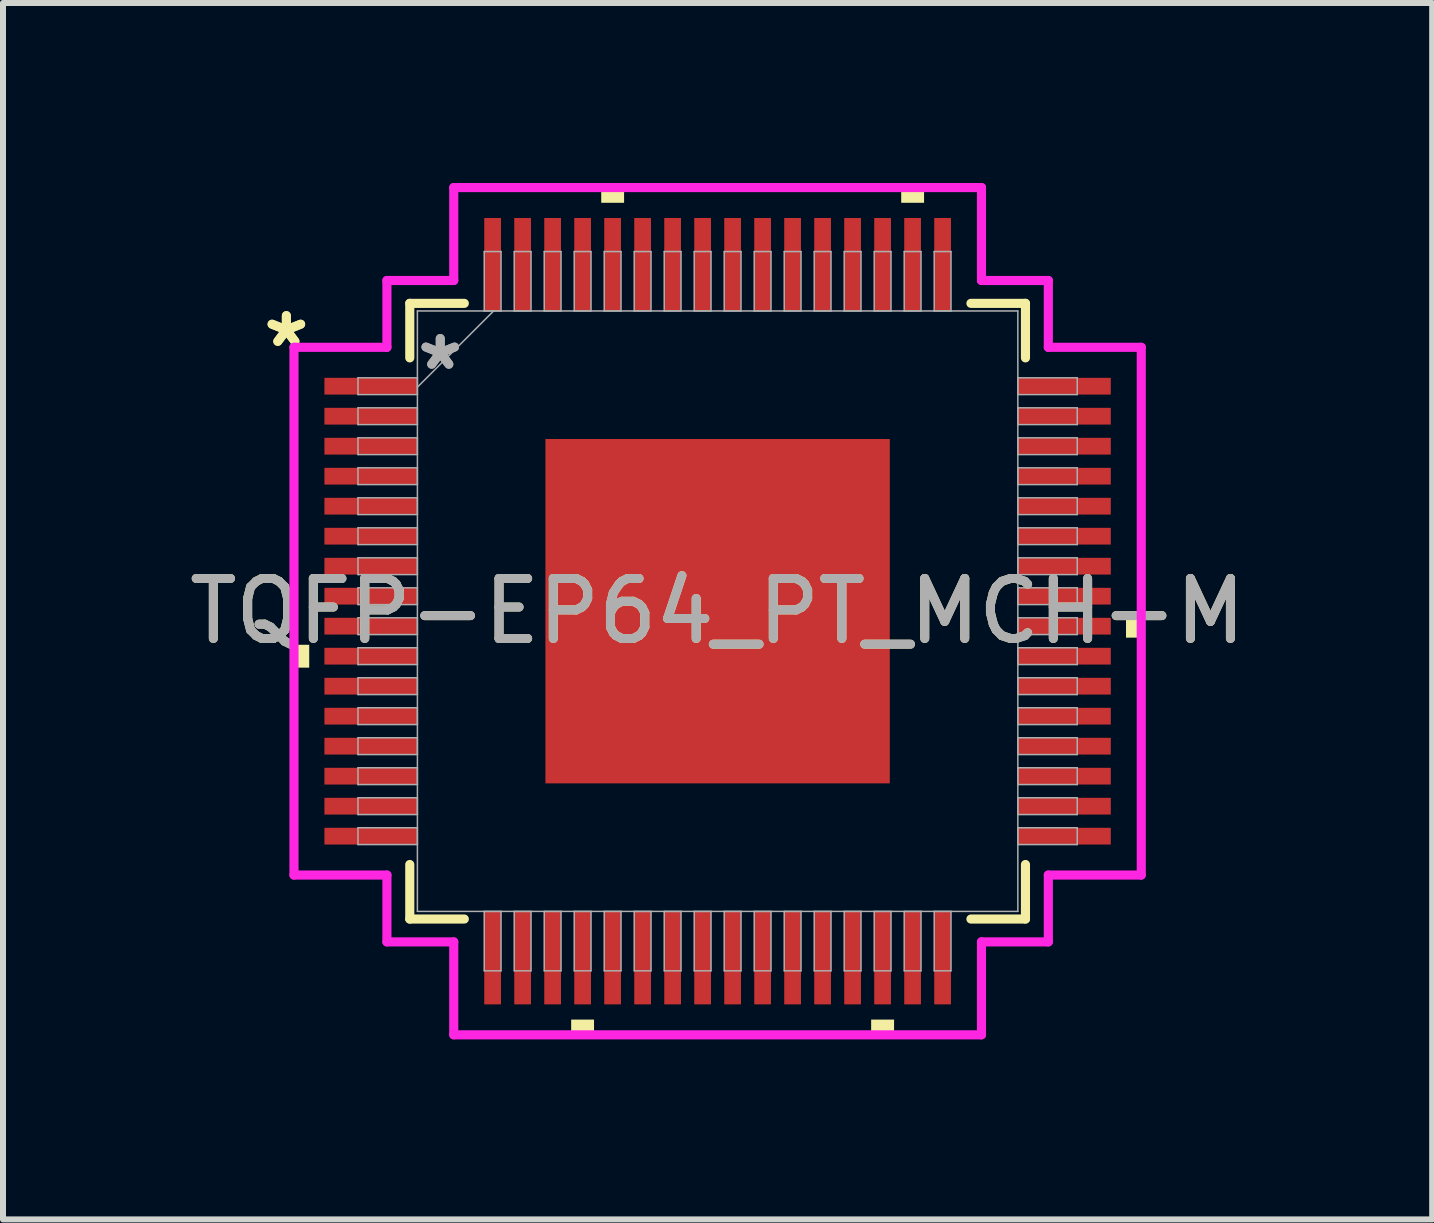
<source format=kicad_pcb>
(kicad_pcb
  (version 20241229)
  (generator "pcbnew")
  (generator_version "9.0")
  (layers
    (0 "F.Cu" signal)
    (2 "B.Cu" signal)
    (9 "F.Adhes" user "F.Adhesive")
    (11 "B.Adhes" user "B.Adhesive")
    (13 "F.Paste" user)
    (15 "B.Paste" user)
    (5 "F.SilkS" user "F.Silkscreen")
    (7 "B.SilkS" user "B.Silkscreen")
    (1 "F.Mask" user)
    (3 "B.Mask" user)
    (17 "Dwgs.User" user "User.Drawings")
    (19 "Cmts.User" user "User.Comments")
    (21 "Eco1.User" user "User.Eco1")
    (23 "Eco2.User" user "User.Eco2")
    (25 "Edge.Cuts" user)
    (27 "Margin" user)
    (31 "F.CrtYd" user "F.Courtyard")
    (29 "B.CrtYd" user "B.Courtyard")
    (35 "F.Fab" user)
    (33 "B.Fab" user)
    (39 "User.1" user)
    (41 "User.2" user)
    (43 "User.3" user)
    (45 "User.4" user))
  (footprint "TQFP-EP64_PT_MCH-M"
    (layer "F.Cu")
    (at 8.911 7.137)
    (property "Reference" "TQFP-EP64_PT_MCH-M" (at 0 0 0) (unlocked yes) (layer "F.SilkS") (effects (font (size 1 1) (thickness 0.15))))
    (attr smd)
    (fp_line (start -5.131 -5.131) (end -5.131 -4.222) (stroke (width 0.152) (type solid)) (layer "F.SilkS"))
    (fp_line (start -5.131 4.222) (end -5.131 5.131) (stroke (width 0.152) (type solid)) (layer "F.SilkS"))
    (fp_line (start -5.131 5.131) (end -4.222 5.131) (stroke (width 0.152) (type solid)) (layer "F.SilkS"))
    (fp_line (start -4.222 -5.131) (end -5.131 -5.131) (stroke (width 0.152) (type solid)) (layer "F.SilkS"))
    (fp_line (start 4.222 5.131) (end 5.131 5.131) (stroke (width 0.152) (type solid)) (layer "F.SilkS"))
    (fp_line (start 5.131 -5.131) (end 4.222 -5.131) (stroke (width 0.152) (type solid)) (layer "F.SilkS"))
    (fp_line (start 5.131 -4.222) (end 5.131 -5.131) (stroke (width 0.152) (type solid)) (layer "F.SilkS"))
    (fp_line (start 5.131 5.131) (end 5.131 4.222) (stroke (width 0.152) (type solid)) (layer "F.SilkS"))
    (fp_poly (pts (xy -7.061 0.56) (xy -7.061 0.941) (xy -6.807 0.941) (xy -6.807 0.56)) (stroke (width 0) (type solid)) (fill yes) (layer "F.SilkS"))
    (fp_poly (pts (xy -2.441 6.807) (xy -2.441 7.061) (xy -2.06 7.061) (xy -2.06 6.807)) (stroke (width 0) (type solid)) (fill yes) (layer "F.SilkS"))
    (fp_poly (pts (xy -1.94 -6.807) (xy -1.94 -7.061) (xy -1.559 -7.061) (xy -1.559 -6.807)) (stroke (width 0) (type solid)) (fill yes) (layer "F.SilkS"))
    (fp_poly (pts (xy 2.559 6.807) (xy 2.559 7.061) (xy 2.941 7.061) (xy 2.941 6.807)) (stroke (width 0) (type solid)) (fill yes) (layer "F.SilkS"))
    (fp_poly (pts (xy 3.06 -6.807) (xy 3.06 -7.061) (xy 3.441 -7.061) (xy 3.441 -6.807)) (stroke (width 0) (type solid)) (fill yes) (layer "F.SilkS"))
    (fp_poly (pts (xy 7.061 0.059) (xy 7.061 0.441) (xy 6.807 0.441) (xy 6.807 0.059)) (stroke (width 0) (type solid)) (fill yes) (layer "F.SilkS"))
    (fp_poly (pts (xy -2.77 -2.77) (xy -2.77 -1.535) (xy -1.535 -1.535) (xy -1.535 -2.77)) (stroke (width 0) (type solid)) (fill yes) (layer "F.Paste"))
    (fp_poly (pts (xy -2.77 -1.335) (xy -2.77 -0.1) (xy -1.535 -0.1) (xy -1.535 -1.335)) (stroke (width 0) (type solid)) (fill yes) (layer "F.Paste"))
    (fp_poly (pts (xy -2.77 0.1) (xy -2.77 1.335) (xy -1.535 1.335) (xy -1.535 0.1)) (stroke (width 0) (type solid)) (fill yes) (layer "F.Paste"))
    (fp_poly (pts (xy -2.77 1.535) (xy -2.77 2.77) (xy -1.535 2.77) (xy -1.535 1.535)) (stroke (width 0) (type solid)) (fill yes) (layer "F.Paste"))
    (fp_poly (pts (xy -1.335 -2.77) (xy -1.335 -1.535) (xy -0.1 -1.535) (xy -0.1 -2.77)) (stroke (width 0) (type solid)) (fill yes) (layer "F.Paste"))
    (fp_poly (pts (xy -1.335 -1.335) (xy -1.335 -0.1) (xy -0.1 -0.1) (xy -0.1 -1.335)) (stroke (width 0) (type solid)) (fill yes) (layer "F.Paste"))
    (fp_poly (pts (xy -1.335 0.1) (xy -1.335 1.335) (xy -0.1 1.335) (xy -0.1 0.1)) (stroke (width 0) (type solid)) (fill yes) (layer "F.Paste"))
    (fp_poly (pts (xy -1.335 1.535) (xy -1.335 2.77) (xy -0.1 2.77) (xy -0.1 1.535)) (stroke (width 0) (type solid)) (fill yes) (layer "F.Paste"))
    (fp_poly (pts (xy 0.1 -2.77) (xy 0.1 -1.535) (xy 1.335 -1.535) (xy 1.335 -2.77)) (stroke (width 0) (type solid)) (fill yes) (layer "F.Paste"))
    (fp_poly (pts (xy 0.1 -1.335) (xy 0.1 -0.1) (xy 1.335 -0.1) (xy 1.335 -1.335)) (stroke (width 0) (type solid)) (fill yes) (layer "F.Paste"))
    (fp_poly (pts (xy 0.1 0.1) (xy 0.1 1.335) (xy 1.335 1.335) (xy 1.335 0.1)) (stroke (width 0) (type solid)) (fill yes) (layer "F.Paste"))
    (fp_poly (pts (xy 0.1 1.535) (xy 0.1 2.77) (xy 1.335 2.77) (xy 1.335 1.535)) (stroke (width 0) (type solid)) (fill yes) (layer "F.Paste"))
    (fp_poly (pts (xy 1.535 -2.77) (xy 1.535 -1.535) (xy 2.77 -1.535) (xy 2.77 -2.77)) (stroke (width 0) (type solid)) (fill yes) (layer "F.Paste"))
    (fp_poly (pts (xy 1.535 -1.335) (xy 1.535 -0.1) (xy 2.77 -0.1) (xy 2.77 -1.335)) (stroke (width 0) (type solid)) (fill yes) (layer "F.Paste"))
    (fp_poly (pts (xy 1.535 0.1) (xy 1.535 1.335) (xy 2.77 1.335) (xy 2.77 0.1)) (stroke (width 0) (type solid)) (fill yes) (layer "F.Paste"))
    (fp_poly (pts (xy 1.535 1.535) (xy 1.535 2.77) (xy 2.77 2.77) (xy 2.77 1.535)) (stroke (width 0) (type solid)) (fill yes) (layer "F.Paste"))
    (fp_line (start -7.061 -4.398) (end -5.512 -4.398) (stroke (width 0.152) (type solid)) (layer "F.CrtYd"))
    (fp_line (start -7.061 4.398) (end -7.061 -4.398) (stroke (width 0.152) (type solid)) (layer "F.CrtYd"))
    (fp_line (start -5.512 -5.512) (end -4.398 -5.512) (stroke (width 0.152) (type solid)) (layer "F.CrtYd"))
    (fp_line (start -5.512 -4.398) (end -5.512 -5.512) (stroke (width 0.152) (type solid)) (layer "F.CrtYd"))
    (fp_line (start -5.512 4.398) (end -7.061 4.398) (stroke (width 0.152) (type solid)) (layer "F.CrtYd"))
    (fp_line (start -5.512 5.512) (end -5.512 4.398) (stroke (width 0.152) (type solid)) (layer "F.CrtYd"))
    (fp_line (start -5.512 5.512) (end -4.398 5.512) (stroke (width 0.152) (type solid)) (layer "F.CrtYd"))
    (fp_line (start -4.398 -7.061) (end 4.398 -7.061) (stroke (width 0.152) (type solid)) (layer "F.CrtYd"))
    (fp_line (start -4.398 -5.512) (end -4.398 -7.061) (stroke (width 0.152) (type solid)) (layer "F.CrtYd"))
    (fp_line (start -4.398 5.512) (end -4.398 7.061) (stroke (width 0.152) (type solid)) (layer "F.CrtYd"))
    (fp_line (start -4.398 7.061) (end 4.398 7.061) (stroke (width 0.152) (type solid)) (layer "F.CrtYd"))
    (fp_line (start 4.398 -7.061) (end 4.398 -5.512) (stroke (width 0.152) (type solid)) (layer "F.CrtYd"))
    (fp_line (start 4.398 -5.512) (end 5.512 -5.512) (stroke (width 0.152) (type solid)) (layer "F.CrtYd"))
    (fp_line (start 4.398 5.512) (end 5.512 5.512) (stroke (width 0.152) (type solid)) (layer "F.CrtYd"))
    (fp_line (start 4.398 7.061) (end 4.398 5.512) (stroke (width 0.152) (type solid)) (layer "F.CrtYd"))
    (fp_line (start 5.512 -4.398) (end 5.512 -5.512) (stroke (width 0.152) (type solid)) (layer "F.CrtYd"))
    (fp_line (start 5.512 4.398) (end 7.061 4.398) (stroke (width 0.152) (type solid)) (layer "F.CrtYd"))
    (fp_line (start 5.512 5.512) (end 5.512 4.398) (stroke (width 0.152) (type solid)) (layer "F.CrtYd"))
    (fp_line (start 7.061 -4.398) (end 5.512 -4.398) (stroke (width 0.152) (type solid)) (layer "F.CrtYd"))
    (fp_line (start 7.061 4.398) (end 7.061 -4.398) (stroke (width 0.152) (type solid)) (layer "F.CrtYd"))
    (fp_line (start -5.994 -3.89) (end -5.994 -3.61) (stroke (width 0.025) (type solid)) (layer "F.Fab"))
    (fp_line (start -5.994 -3.61) (end -5.004 -3.61) (stroke (width 0.025) (type solid)) (layer "F.Fab"))
    (fp_line (start -5.994 -3.39) (end -5.994 -3.11) (stroke (width 0.025) (type solid)) (layer "F.Fab"))
    (fp_line (start -5.994 -3.11) (end -5.004 -3.11) (stroke (width 0.025) (type solid)) (layer "F.Fab"))
    (fp_line (start -5.994 -2.89) (end -5.994 -2.61) (stroke (width 0.025) (type solid)) (layer "F.Fab"))
    (fp_line (start -5.994 -2.61) (end -5.004 -2.61) (stroke (width 0.025) (type solid)) (layer "F.Fab"))
    (fp_line (start -5.994 -2.39) (end -5.994 -2.11) (stroke (width 0.025) (type solid)) (layer "F.Fab"))
    (fp_line (start -5.994 -2.11) (end -5.004 -2.11) (stroke (width 0.025) (type solid)) (layer "F.Fab"))
    (fp_line (start -5.994 -1.89) (end -5.994 -1.61) (stroke (width 0.025) (type solid)) (layer "F.Fab"))
    (fp_line (start -5.994 -1.61) (end -5.004 -1.61) (stroke (width 0.025) (type solid)) (layer "F.Fab"))
    (fp_line (start -5.994 -1.39) (end -5.994 -1.11) (stroke (width 0.025) (type solid)) (layer "F.Fab"))
    (fp_line (start -5.994 -1.11) (end -5.004 -1.11) (stroke (width 0.025) (type solid)) (layer "F.Fab"))
    (fp_line (start -5.994 -0.89) (end -5.994 -0.61) (stroke (width 0.025) (type solid)) (layer "F.Fab"))
    (fp_line (start -5.994 -0.61) (end -5.004 -0.61) (stroke (width 0.025) (type solid)) (layer "F.Fab"))
    (fp_line (start -5.994 -0.39) (end -5.994 -0.11) (stroke (width 0.025) (type solid)) (layer "F.Fab"))
    (fp_line (start -5.994 -0.11) (end -5.004 -0.11) (stroke (width 0.025) (type solid)) (layer "F.Fab"))
    (fp_line (start -5.994 0.11) (end -5.994 0.39) (stroke (width 0.025) (type solid)) (layer "F.Fab"))
    (fp_line (start -5.994 0.39) (end -5.004 0.39) (stroke (width 0.025) (type solid)) (layer "F.Fab"))
    (fp_line (start -5.994 0.61) (end -5.994 0.89) (stroke (width 0.025) (type solid)) (layer "F.Fab"))
    (fp_line (start -5.994 0.89) (end -5.004 0.89) (stroke (width 0.025) (type solid)) (layer "F.Fab"))
    (fp_line (start -5.994 1.11) (end -5.994 1.39) (stroke (width 0.025) (type solid)) (layer "F.Fab"))
    (fp_line (start -5.994 1.39) (end -5.004 1.39) (stroke (width 0.025) (type solid)) (layer "F.Fab"))
    (fp_line (start -5.994 1.61) (end -5.994 1.89) (stroke (width 0.025) (type solid)) (layer "F.Fab"))
    (fp_line (start -5.994 1.89) (end -5.004 1.89) (stroke (width 0.025) (type solid)) (layer "F.Fab"))
    (fp_line (start -5.994 2.11) (end -5.994 2.39) (stroke (width 0.025) (type solid)) (layer "F.Fab"))
    (fp_line (start -5.994 2.39) (end -5.004 2.39) (stroke (width 0.025) (type solid)) (layer "F.Fab"))
    (fp_line (start -5.994 2.61) (end -5.994 2.89) (stroke (width 0.025) (type solid)) (layer "F.Fab"))
    (fp_line (start -5.994 2.89) (end -5.004 2.89) (stroke (width 0.025) (type solid)) (layer "F.Fab"))
    (fp_line (start -5.994 3.11) (end -5.994 3.39) (stroke (width 0.025) (type solid)) (layer "F.Fab"))
    (fp_line (start -5.994 3.39) (end -5.004 3.39) (stroke (width 0.025) (type solid)) (layer "F.Fab"))
    (fp_line (start -5.994 3.61) (end -5.994 3.89) (stroke (width 0.025) (type solid)) (layer "F.Fab"))
    (fp_line (start -5.994 3.89) (end -5.004 3.89) (stroke (width 0.025) (type solid)) (layer "F.Fab"))
    (fp_line (start -5.004 -5.004) (end -5.004 5.004) (stroke (width 0.025) (type solid)) (layer "F.Fab"))
    (fp_line (start -5.004 -3.89) (end -5.994 -3.89) (stroke (width 0.025) (type solid)) (layer "F.Fab"))
    (fp_line (start -5.004 -3.734) (end -3.734 -5.004) (stroke (width 0.025) (type solid)) (layer "F.Fab"))
    (fp_line (start -5.004 -3.61) (end -5.004 -3.89) (stroke (width 0.025) (type solid)) (layer "F.Fab"))
    (fp_line (start -5.004 -3.39) (end -5.994 -3.39) (stroke (width 0.025) (type solid)) (layer "F.Fab"))
    (fp_line (start -5.004 -3.11) (end -5.004 -3.39) (stroke (width 0.025) (type solid)) (layer "F.Fab"))
    (fp_line (start -5.004 -2.89) (end -5.994 -2.89) (stroke (width 0.025) (type solid)) (layer "F.Fab"))
    (fp_line (start -5.004 -2.61) (end -5.004 -2.89) (stroke (width 0.025) (type solid)) (layer "F.Fab"))
    (fp_line (start -5.004 -2.39) (end -5.994 -2.39) (stroke (width 0.025) (type solid)) (layer "F.Fab"))
    (fp_line (start -5.004 -2.11) (end -5.004 -2.39) (stroke (width 0.025) (type solid)) (layer "F.Fab"))
    (fp_line (start -5.004 -1.89) (end -5.994 -1.89) (stroke (width 0.025) (type solid)) (layer "F.Fab"))
    (fp_line (start -5.004 -1.61) (end -5.004 -1.89) (stroke (width 0.025) (type solid)) (layer "F.Fab"))
    (fp_line (start -5.004 -1.39) (end -5.994 -1.39) (stroke (width 0.025) (type solid)) (layer "F.Fab"))
    (fp_line (start -5.004 -1.11) (end -5.004 -1.39) (stroke (width 0.025) (type solid)) (layer "F.Fab"))
    (fp_line (start -5.004 -0.89) (end -5.994 -0.89) (stroke (width 0.025) (type solid)) (layer "F.Fab"))
    (fp_line (start -5.004 -0.61) (end -5.004 -0.89) (stroke (width 0.025) (type solid)) (layer "F.Fab"))
    (fp_line (start -5.004 -0.39) (end -5.994 -0.39) (stroke (width 0.025) (type solid)) (layer "F.Fab"))
    (fp_line (start -5.004 -0.11) (end -5.004 -0.39) (stroke (width 0.025) (type solid)) (layer "F.Fab"))
    (fp_line (start -5.004 0.11) (end -5.994 0.11) (stroke (width 0.025) (type solid)) (layer "F.Fab"))
    (fp_line (start -5.004 0.39) (end -5.004 0.11) (stroke (width 0.025) (type solid)) (layer "F.Fab"))
    (fp_line (start -5.004 0.61) (end -5.994 0.61) (stroke (width 0.025) (type solid)) (layer "F.Fab"))
    (fp_line (start -5.004 0.89) (end -5.004 0.61) (stroke (width 0.025) (type solid)) (layer "F.Fab"))
    (fp_line (start -5.004 1.11) (end -5.994 1.11) (stroke (width 0.025) (type solid)) (layer "F.Fab"))
    (fp_line (start -5.004 1.39) (end -5.004 1.11) (stroke (width 0.025) (type solid)) (layer "F.Fab"))
    (fp_line (start -5.004 1.61) (end -5.994 1.61) (stroke (width 0.025) (type solid)) (layer "F.Fab"))
    (fp_line (start -5.004 1.89) (end -5.004 1.61) (stroke (width 0.025) (type solid)) (layer "F.Fab"))
    (fp_line (start -5.004 2.11) (end -5.994 2.11) (stroke (width 0.025) (type solid)) (layer "F.Fab"))
    (fp_line (start -5.004 2.39) (end -5.004 2.11) (stroke (width 0.025) (type solid)) (layer "F.Fab"))
    (fp_line (start -5.004 2.61) (end -5.994 2.61) (stroke (width 0.025) (type solid)) (layer "F.Fab"))
    (fp_line (start -5.004 2.89) (end -5.004 2.61) (stroke (width 0.025) (type solid)) (layer "F.Fab"))
    (fp_line (start -5.004 3.11) (end -5.994 3.11) (stroke (width 0.025) (type solid)) (layer "F.Fab"))
    (fp_line (start -5.004 3.39) (end -5.004 3.11) (stroke (width 0.025) (type solid)) (layer "F.Fab"))
    (fp_line (start -5.004 3.61) (end -5.994 3.61) (stroke (width 0.025) (type solid)) (layer "F.Fab"))
    (fp_line (start -5.004 3.89) (end -5.004 3.61) (stroke (width 0.025) (type solid)) (layer "F.Fab"))
    (fp_line (start -5.004 5.004) (end 5.004 5.004) (stroke (width 0.025) (type solid)) (layer "F.Fab"))
    (fp_line (start -3.89 -5.994) (end -3.89 -5.004) (stroke (width 0.025) (type solid)) (layer "F.Fab"))
    (fp_line (start -3.89 -5.004) (end -3.61 -5.004) (stroke (width 0.025) (type solid)) (layer "F.Fab"))
    (fp_line (start -3.89 5.004) (end -3.89 5.994) (stroke (width 0.025) (type solid)) (layer "F.Fab"))
    (fp_line (start -3.89 5.994) (end -3.61 5.994) (stroke (width 0.025) (type solid)) (layer "F.Fab"))
    (fp_line (start -3.61 -5.994) (end -3.89 -5.994) (stroke (width 0.025) (type solid)) (layer "F.Fab"))
    (fp_line (start -3.61 -5.004) (end -3.61 -5.994) (stroke (width 0.025) (type solid)) (layer "F.Fab"))
    (fp_line (start -3.61 5.004) (end -3.89 5.004) (stroke (width 0.025) (type solid)) (layer "F.Fab"))
    (fp_line (start -3.61 5.994) (end -3.61 5.004) (stroke (width 0.025) (type solid)) (layer "F.Fab"))
    (fp_line (start -3.39 -5.994) (end -3.39 -5.004) (stroke (width 0.025) (type solid)) (layer "F.Fab"))
    (fp_line (start -3.39 -5.004) (end -3.11 -5.004) (stroke (width 0.025) (type solid)) (layer "F.Fab"))
    (fp_line (start -3.39 5.004) (end -3.39 5.994) (stroke (width 0.025) (type solid)) (layer "F.Fab"))
    (fp_line (start -3.39 5.994) (end -3.11 5.994) (stroke (width 0.025) (type solid)) (layer "F.Fab"))
    (fp_line (start -3.11 -5.994) (end -3.39 -5.994) (stroke (width 0.025) (type solid)) (layer "F.Fab"))
    (fp_line (start -3.11 -5.004) (end -3.11 -5.994) (stroke (width 0.025) (type solid)) (layer "F.Fab"))
    (fp_line (start -3.11 5.004) (end -3.39 5.004) (stroke (width 0.025) (type solid)) (layer "F.Fab"))
    (fp_line (start -3.11 5.994) (end -3.11 5.004) (stroke (width 0.025) (type solid)) (layer "F.Fab"))
    (fp_line (start -2.89 -5.994) (end -2.89 -5.004) (stroke (width 0.025) (type solid)) (layer "F.Fab"))
    (fp_line (start -2.89 -5.004) (end -2.61 -5.004) (stroke (width 0.025) (type solid)) (layer "F.Fab"))
    (fp_line (start -2.89 5.004) (end -2.89 5.994) (stroke (width 0.025) (type solid)) (layer "F.Fab"))
    (fp_line (start -2.89 5.994) (end -2.61 5.994) (stroke (width 0.025) (type solid)) (layer "F.Fab"))
    (fp_line (start -2.61 -5.994) (end -2.89 -5.994) (stroke (width 0.025) (type solid)) (layer "F.Fab"))
    (fp_line (start -2.61 -5.004) (end -2.61 -5.994) (stroke (width 0.025) (type solid)) (layer "F.Fab"))
    (fp_line (start -2.61 5.004) (end -2.89 5.004) (stroke (width 0.025) (type solid)) (layer "F.Fab"))
    (fp_line (start -2.61 5.994) (end -2.61 5.004) (stroke (width 0.025) (type solid)) (layer "F.Fab"))
    (fp_line (start -2.39 -5.994) (end -2.39 -5.004) (stroke (width 0.025) (type solid)) (layer "F.Fab"))
    (fp_line (start -2.39 -5.004) (end -2.11 -5.004) (stroke (width 0.025) (type solid)) (layer "F.Fab"))
    (fp_line (start -2.39 5.004) (end -2.39 5.994) (stroke (width 0.025) (type solid)) (layer "F.Fab"))
    (fp_line (start -2.39 5.994) (end -2.11 5.994) (stroke (width 0.025) (type solid)) (layer "F.Fab"))
    (fp_line (start -2.11 -5.994) (end -2.39 -5.994) (stroke (width 0.025) (type solid)) (layer "F.Fab"))
    (fp_line (start -2.11 -5.004) (end -2.11 -5.994) (stroke (width 0.025) (type solid)) (layer "F.Fab"))
    (fp_line (start -2.11 5.004) (end -2.39 5.004) (stroke (width 0.025) (type solid)) (layer "F.Fab"))
    (fp_line (start -2.11 5.994) (end -2.11 5.004) (stroke (width 0.025) (type solid)) (layer "F.Fab"))
    (fp_line (start -1.89 -5.994) (end -1.89 -5.004) (stroke (width 0.025) (type solid)) (layer "F.Fab"))
    (fp_line (start -1.89 -5.004) (end -1.61 -5.004) (stroke (width 0.025) (type solid)) (layer "F.Fab"))
    (fp_line (start -1.89 5.004) (end -1.89 5.994) (stroke (width 0.025) (type solid)) (layer "F.Fab"))
    (fp_line (start -1.89 5.994) (end -1.61 5.994) (stroke (width 0.025) (type solid)) (layer "F.Fab"))
    (fp_line (start -1.61 -5.994) (end -1.89 -5.994) (stroke (width 0.025) (type solid)) (layer "F.Fab"))
    (fp_line (start -1.61 -5.004) (end -1.61 -5.994) (stroke (width 0.025) (type solid)) (layer "F.Fab"))
    (fp_line (start -1.61 5.004) (end -1.89 5.004) (stroke (width 0.025) (type solid)) (layer "F.Fab"))
    (fp_line (start -1.61 5.994) (end -1.61 5.004) (stroke (width 0.025) (type solid)) (layer "F.Fab"))
    (fp_line (start -1.39 -5.994) (end -1.39 -5.004) (stroke (width 0.025) (type solid)) (layer "F.Fab"))
    (fp_line (start -1.39 -5.004) (end -1.11 -5.004) (stroke (width 0.025) (type solid)) (layer "F.Fab"))
    (fp_line (start -1.39 5.004) (end -1.39 5.994) (stroke (width 0.025) (type solid)) (layer "F.Fab"))
    (fp_line (start -1.39 5.994) (end -1.11 5.994) (stroke (width 0.025) (type solid)) (layer "F.Fab"))
    (fp_line (start -1.11 -5.994) (end -1.39 -5.994) (stroke (width 0.025) (type solid)) (layer "F.Fab"))
    (fp_line (start -1.11 -5.004) (end -1.11 -5.994) (stroke (width 0.025) (type solid)) (layer "F.Fab"))
    (fp_line (start -1.11 5.004) (end -1.39 5.004) (stroke (width 0.025) (type solid)) (layer "F.Fab"))
    (fp_line (start -1.11 5.994) (end -1.11 5.004) (stroke (width 0.025) (type solid)) (layer "F.Fab"))
    (fp_line (start -0.89 -5.994) (end -0.89 -5.004) (stroke (width 0.025) (type solid)) (layer "F.Fab"))
    (fp_line (start -0.89 -5.004) (end -0.61 -5.004) (stroke (width 0.025) (type solid)) (layer "F.Fab"))
    (fp_line (start -0.89 5.004) (end -0.89 5.994) (stroke (width 0.025) (type solid)) (layer "F.Fab"))
    (fp_line (start -0.89 5.994) (end -0.61 5.994) (stroke (width 0.025) (type solid)) (layer "F.Fab"))
    (fp_line (start -0.61 -5.994) (end -0.89 -5.994) (stroke (width 0.025) (type solid)) (layer "F.Fab"))
    (fp_line (start -0.61 -5.004) (end -0.61 -5.994) (stroke (width 0.025) (type solid)) (layer "F.Fab"))
    (fp_line (start -0.61 5.004) (end -0.89 5.004) (stroke (width 0.025) (type solid)) (layer "F.Fab"))
    (fp_line (start -0.61 5.994) (end -0.61 5.004) (stroke (width 0.025) (type solid)) (layer "F.Fab"))
    (fp_line (start -0.39 -5.994) (end -0.39 -5.004) (stroke (width 0.025) (type solid)) (layer "F.Fab"))
    (fp_line (start -0.39 -5.004) (end -0.11 -5.004) (stroke (width 0.025) (type solid)) (layer "F.Fab"))
    (fp_line (start -0.39 5.004) (end -0.39 5.994) (stroke (width 0.025) (type solid)) (layer "F.Fab"))
    (fp_line (start -0.39 5.994) (end -0.11 5.994) (stroke (width 0.025) (type solid)) (layer "F.Fab"))
    (fp_line (start -0.11 -5.994) (end -0.39 -5.994) (stroke (width 0.025) (type solid)) (layer "F.Fab"))
    (fp_line (start -0.11 -5.004) (end -0.11 -5.994) (stroke (width 0.025) (type solid)) (layer "F.Fab"))
    (fp_line (start -0.11 5.004) (end -0.39 5.004) (stroke (width 0.025) (type solid)) (layer "F.Fab"))
    (fp_line (start -0.11 5.994) (end -0.11 5.004) (stroke (width 0.025) (type solid)) (layer "F.Fab"))
    (fp_line (start 0.11 -5.994) (end 0.11 -5.004) (stroke (width 0.025) (type solid)) (layer "F.Fab"))
    (fp_line (start 0.11 -5.004) (end 0.39 -5.004) (stroke (width 0.025) (type solid)) (layer "F.Fab"))
    (fp_line (start 0.11 5.004) (end 0.11 5.994) (stroke (width 0.025) (type solid)) (layer "F.Fab"))
    (fp_line (start 0.11 5.994) (end 0.39 5.994) (stroke (width 0.025) (type solid)) (layer "F.Fab"))
    (fp_line (start 0.39 -5.994) (end 0.11 -5.994) (stroke (width 0.025) (type solid)) (layer "F.Fab"))
    (fp_line (start 0.39 -5.004) (end 0.39 -5.994) (stroke (width 0.025) (type solid)) (layer "F.Fab"))
    (fp_line (start 0.39 5.004) (end 0.11 5.004) (stroke (width 0.025) (type solid)) (layer "F.Fab"))
    (fp_line (start 0.39 5.994) (end 0.39 5.004) (stroke (width 0.025) (type solid)) (layer "F.Fab"))
    (fp_line (start 0.61 -5.994) (end 0.61 -5.004) (stroke (width 0.025) (type solid)) (layer "F.Fab"))
    (fp_line (start 0.61 -5.004) (end 0.89 -5.004) (stroke (width 0.025) (type solid)) (layer "F.Fab"))
    (fp_line (start 0.61 5.004) (end 0.61 5.994) (stroke (width 0.025) (type solid)) (layer "F.Fab"))
    (fp_line (start 0.61 5.994) (end 0.89 5.994) (stroke (width 0.025) (type solid)) (layer "F.Fab"))
    (fp_line (start 0.89 -5.994) (end 0.61 -5.994) (stroke (width 0.025) (type solid)) (layer "F.Fab"))
    (fp_line (start 0.89 -5.004) (end 0.89 -5.994) (stroke (width 0.025) (type solid)) (layer "F.Fab"))
    (fp_line (start 0.89 5.004) (end 0.61 5.004) (stroke (width 0.025) (type solid)) (layer "F.Fab"))
    (fp_line (start 0.89 5.994) (end 0.89 5.004) (stroke (width 0.025) (type solid)) (layer "F.Fab"))
    (fp_line (start 1.11 -5.994) (end 1.11 -5.004) (stroke (width 0.025) (type solid)) (layer "F.Fab"))
    (fp_line (start 1.11 -5.004) (end 1.39 -5.004) (stroke (width 0.025) (type solid)) (layer "F.Fab"))
    (fp_line (start 1.11 5.004) (end 1.11 5.994) (stroke (width 0.025) (type solid)) (layer "F.Fab"))
    (fp_line (start 1.11 5.994) (end 1.39 5.994) (stroke (width 0.025) (type solid)) (layer "F.Fab"))
    (fp_line (start 1.39 -5.994) (end 1.11 -5.994) (stroke (width 0.025) (type solid)) (layer "F.Fab"))
    (fp_line (start 1.39 -5.004) (end 1.39 -5.994) (stroke (width 0.025) (type solid)) (layer "F.Fab"))
    (fp_line (start 1.39 5.004) (end 1.11 5.004) (stroke (width 0.025) (type solid)) (layer "F.Fab"))
    (fp_line (start 1.39 5.994) (end 1.39 5.004) (stroke (width 0.025) (type solid)) (layer "F.Fab"))
    (fp_line (start 1.61 -5.994) (end 1.61 -5.004) (stroke (width 0.025) (type solid)) (layer "F.Fab"))
    (fp_line (start 1.61 -5.004) (end 1.89 -5.004) (stroke (width 0.025) (type solid)) (layer "F.Fab"))
    (fp_line (start 1.61 5.004) (end 1.61 5.994) (stroke (width 0.025) (type solid)) (layer "F.Fab"))
    (fp_line (start 1.61 5.994) (end 1.89 5.994) (stroke (width 0.025) (type solid)) (layer "F.Fab"))
    (fp_line (start 1.89 -5.994) (end 1.61 -5.994) (stroke (width 0.025) (type solid)) (layer "F.Fab"))
    (fp_line (start 1.89 -5.004) (end 1.89 -5.994) (stroke (width 0.025) (type solid)) (layer "F.Fab"))
    (fp_line (start 1.89 5.004) (end 1.61 5.004) (stroke (width 0.025) (type solid)) (layer "F.Fab"))
    (fp_line (start 1.89 5.994) (end 1.89 5.004) (stroke (width 0.025) (type solid)) (layer "F.Fab"))
    (fp_line (start 2.11 -5.994) (end 2.11 -5.004) (stroke (width 0.025) (type solid)) (layer "F.Fab"))
    (fp_line (start 2.11 -5.004) (end 2.39 -5.004) (stroke (width 0.025) (type solid)) (layer "F.Fab"))
    (fp_line (start 2.11 5.004) (end 2.11 5.994) (stroke (width 0.025) (type solid)) (layer "F.Fab"))
    (fp_line (start 2.11 5.994) (end 2.39 5.994) (stroke (width 0.025) (type solid)) (layer "F.Fab"))
    (fp_line (start 2.39 -5.994) (end 2.11 -5.994) (stroke (width 0.025) (type solid)) (layer "F.Fab"))
    (fp_line (start 2.39 -5.004) (end 2.39 -5.994) (stroke (width 0.025) (type solid)) (layer "F.Fab"))
    (fp_line (start 2.39 5.004) (end 2.11 5.004) (stroke (width 0.025) (type solid)) (layer "F.Fab"))
    (fp_line (start 2.39 5.994) (end 2.39 5.004) (stroke (width 0.025) (type solid)) (layer "F.Fab"))
    (fp_line (start 2.61 -5.994) (end 2.61 -5.004) (stroke (width 0.025) (type solid)) (layer "F.Fab"))
    (fp_line (start 2.61 -5.004) (end 2.89 -5.004) (stroke (width 0.025) (type solid)) (layer "F.Fab"))
    (fp_line (start 2.61 5.004) (end 2.61 5.994) (stroke (width 0.025) (type solid)) (layer "F.Fab"))
    (fp_line (start 2.61 5.994) (end 2.89 5.994) (stroke (width 0.025) (type solid)) (layer "F.Fab"))
    (fp_line (start 2.89 -5.994) (end 2.61 -5.994) (stroke (width 0.025) (type solid)) (layer "F.Fab"))
    (fp_line (start 2.89 -5.004) (end 2.89 -5.994) (stroke (width 0.025) (type solid)) (layer "F.Fab"))
    (fp_line (start 2.89 5.004) (end 2.61 5.004) (stroke (width 0.025) (type solid)) (layer "F.Fab"))
    (fp_line (start 2.89 5.994) (end 2.89 5.004) (stroke (width 0.025) (type solid)) (layer "F.Fab"))
    (fp_line (start 3.11 -5.994) (end 3.11 -5.004) (stroke (width 0.025) (type solid)) (layer "F.Fab"))
    (fp_line (start 3.11 -5.004) (end 3.39 -5.004) (stroke (width 0.025) (type solid)) (layer "F.Fab"))
    (fp_line (start 3.11 5.004) (end 3.11 5.994) (stroke (width 0.025) (type solid)) (layer "F.Fab"))
    (fp_line (start 3.11 5.994) (end 3.39 5.994) (stroke (width 0.025) (type solid)) (layer "F.Fab"))
    (fp_line (start 3.39 -5.994) (end 3.11 -5.994) (stroke (width 0.025) (type solid)) (layer "F.Fab"))
    (fp_line (start 3.39 -5.004) (end 3.39 -5.994) (stroke (width 0.025) (type solid)) (layer "F.Fab"))
    (fp_line (start 3.39 5.004) (end 3.11 5.004) (stroke (width 0.025) (type solid)) (layer "F.Fab"))
    (fp_line (start 3.39 5.994) (end 3.39 5.004) (stroke (width 0.025) (type solid)) (layer "F.Fab"))
    (fp_line (start 3.61 -5.994) (end 3.61 -5.004) (stroke (width 0.025) (type solid)) (layer "F.Fab"))
    (fp_line (start 3.61 -5.004) (end 3.89 -5.004) (stroke (width 0.025) (type solid)) (layer "F.Fab"))
    (fp_line (start 3.61 5.004) (end 3.61 5.994) (stroke (width 0.025) (type solid)) (layer "F.Fab"))
    (fp_line (start 3.61 5.994) (end 3.89 5.994) (stroke (width 0.025) (type solid)) (layer "F.Fab"))
    (fp_line (start 3.89 -5.994) (end 3.61 -5.994) (stroke (width 0.025) (type solid)) (layer "F.Fab"))
    (fp_line (start 3.89 -5.004) (end 3.89 -5.994) (stroke (width 0.025) (type solid)) (layer "F.Fab"))
    (fp_line (start 3.89 5.004) (end 3.61 5.004) (stroke (width 0.025) (type solid)) (layer "F.Fab"))
    (fp_line (start 3.89 5.994) (end 3.89 5.004) (stroke (width 0.025) (type solid)) (layer "F.Fab"))
    (fp_line (start 5.004 -5.004) (end -5.004 -5.004) (stroke (width 0.025) (type solid)) (layer "F.Fab"))
    (fp_line (start 5.004 -3.89) (end 5.004 -3.61) (stroke (width 0.025) (type solid)) (layer "F.Fab"))
    (fp_line (start 5.004 -3.61) (end 5.994 -3.61) (stroke (width 0.025) (type solid)) (layer "F.Fab"))
    (fp_line (start 5.004 -3.39) (end 5.004 -3.11) (stroke (width 0.025) (type solid)) (layer "F.Fab"))
    (fp_line (start 5.004 -3.11) (end 5.994 -3.11) (stroke (width 0.025) (type solid)) (layer "F.Fab"))
    (fp_line (start 5.004 -2.89) (end 5.004 -2.61) (stroke (width 0.025) (type solid)) (layer "F.Fab"))
    (fp_line (start 5.004 -2.61) (end 5.994 -2.61) (stroke (width 0.025) (type solid)) (layer "F.Fab"))
    (fp_line (start 5.004 -2.39) (end 5.004 -2.11) (stroke (width 0.025) (type solid)) (layer "F.Fab"))
    (fp_line (start 5.004 -2.11) (end 5.994 -2.11) (stroke (width 0.025) (type solid)) (layer "F.Fab"))
    (fp_line (start 5.004 -1.89) (end 5.004 -1.61) (stroke (width 0.025) (type solid)) (layer "F.Fab"))
    (fp_line (start 5.004 -1.61) (end 5.994 -1.61) (stroke (width 0.025) (type solid)) (layer "F.Fab"))
    (fp_line (start 5.004 -1.39) (end 5.004 -1.11) (stroke (width 0.025) (type solid)) (layer "F.Fab"))
    (fp_line (start 5.004 -1.11) (end 5.994 -1.11) (stroke (width 0.025) (type solid)) (layer "F.Fab"))
    (fp_line (start 5.004 -0.89) (end 5.004 -0.61) (stroke (width 0.025) (type solid)) (layer "F.Fab"))
    (fp_line (start 5.004 -0.61) (end 5.994 -0.61) (stroke (width 0.025) (type solid)) (layer "F.Fab"))
    (fp_line (start 5.004 -0.39) (end 5.004 -0.11) (stroke (width 0.025) (type solid)) (layer "F.Fab"))
    (fp_line (start 5.004 -0.11) (end 5.994 -0.11) (stroke (width 0.025) (type solid)) (layer "F.Fab"))
    (fp_line (start 5.004 0.11) (end 5.004 0.39) (stroke (width 0.025) (type solid)) (layer "F.Fab"))
    (fp_line (start 5.004 0.39) (end 5.994 0.39) (stroke (width 0.025) (type solid)) (layer "F.Fab"))
    (fp_line (start 5.004 0.61) (end 5.004 0.89) (stroke (width 0.025) (type solid)) (layer "F.Fab"))
    (fp_line (start 5.004 0.89) (end 5.994 0.89) (stroke (width 0.025) (type solid)) (layer "F.Fab"))
    (fp_line (start 5.004 1.11) (end 5.004 1.39) (stroke (width 0.025) (type solid)) (layer "F.Fab"))
    (fp_line (start 5.004 1.39) (end 5.994 1.39) (stroke (width 0.025) (type solid)) (layer "F.Fab"))
    (fp_line (start 5.004 1.61) (end 5.004 1.89) (stroke (width 0.025) (type solid)) (layer "F.Fab"))
    (fp_line (start 5.004 1.89) (end 5.994 1.89) (stroke (width 0.025) (type solid)) (layer "F.Fab"))
    (fp_line (start 5.004 2.11) (end 5.004 2.39) (stroke (width 0.025) (type solid)) (layer "F.Fab"))
    (fp_line (start 5.004 2.39) (end 5.994 2.39) (stroke (width 0.025) (type solid)) (layer "F.Fab"))
    (fp_line (start 5.004 2.61) (end 5.004 2.89) (stroke (width 0.025) (type solid)) (layer "F.Fab"))
    (fp_line (start 5.004 2.89) (end 5.994 2.89) (stroke (width 0.025) (type solid)) (layer "F.Fab"))
    (fp_line (start 5.004 3.11) (end 5.004 3.39) (stroke (width 0.025) (type solid)) (layer "F.Fab"))
    (fp_line (start 5.004 3.39) (end 5.994 3.39) (stroke (width 0.025) (type solid)) (layer "F.Fab"))
    (fp_line (start 5.004 3.61) (end 5.004 3.89) (stroke (width 0.025) (type solid)) (layer "F.Fab"))
    (fp_line (start 5.004 3.89) (end 5.994 3.89) (stroke (width 0.025) (type solid)) (layer "F.Fab"))
    (fp_line (start 5.004 5.004) (end 5.004 -5.004) (stroke (width 0.025) (type solid)) (layer "F.Fab"))
    (fp_line (start 5.994 -3.89) (end 5.004 -3.89) (stroke (width 0.025) (type solid)) (layer "F.Fab"))
    (fp_line (start 5.994 -3.61) (end 5.994 -3.89) (stroke (width 0.025) (type solid)) (layer "F.Fab"))
    (fp_line (start 5.994 -3.39) (end 5.004 -3.39) (stroke (width 0.025) (type solid)) (layer "F.Fab"))
    (fp_line (start 5.994 -3.11) (end 5.994 -3.39) (stroke (width 0.025) (type solid)) (layer "F.Fab"))
    (fp_line (start 5.994 -2.89) (end 5.004 -2.89) (stroke (width 0.025) (type solid)) (layer "F.Fab"))
    (fp_line (start 5.994 -2.61) (end 5.994 -2.89) (stroke (width 0.025) (type solid)) (layer "F.Fab"))
    (fp_line (start 5.994 -2.39) (end 5.004 -2.39) (stroke (width 0.025) (type solid)) (layer "F.Fab"))
    (fp_line (start 5.994 -2.11) (end 5.994 -2.39) (stroke (width 0.025) (type solid)) (layer "F.Fab"))
    (fp_line (start 5.994 -1.89) (end 5.004 -1.89) (stroke (width 0.025) (type solid)) (layer "F.Fab"))
    (fp_line (start 5.994 -1.61) (end 5.994 -1.89) (stroke (width 0.025) (type solid)) (layer "F.Fab"))
    (fp_line (start 5.994 -1.39) (end 5.004 -1.39) (stroke (width 0.025) (type solid)) (layer "F.Fab"))
    (fp_line (start 5.994 -1.11) (end 5.994 -1.39) (stroke (width 0.025) (type solid)) (layer "F.Fab"))
    (fp_line (start 5.994 -0.89) (end 5.004 -0.89) (stroke (width 0.025) (type solid)) (layer "F.Fab"))
    (fp_line (start 5.994 -0.61) (end 5.994 -0.89) (stroke (width 0.025) (type solid)) (layer "F.Fab"))
    (fp_line (start 5.994 -0.39) (end 5.004 -0.39) (stroke (width 0.025) (type solid)) (layer "F.Fab"))
    (fp_line (start 5.994 -0.11) (end 5.994 -0.39) (stroke (width 0.025) (type solid)) (layer "F.Fab"))
    (fp_line (start 5.994 0.11) (end 5.004 0.11) (stroke (width 0.025) (type solid)) (layer "F.Fab"))
    (fp_line (start 5.994 0.39) (end 5.994 0.11) (stroke (width 0.025) (type solid)) (layer "F.Fab"))
    (fp_line (start 5.994 0.61) (end 5.004 0.61) (stroke (width 0.025) (type solid)) (layer "F.Fab"))
    (fp_line (start 5.994 0.89) (end 5.994 0.61) (stroke (width 0.025) (type solid)) (layer "F.Fab"))
    (fp_line (start 5.994 1.11) (end 5.004 1.11) (stroke (width 0.025) (type solid)) (layer "F.Fab"))
    (fp_line (start 5.994 1.39) (end 5.994 1.11) (stroke (width 0.025) (type solid)) (layer "F.Fab"))
    (fp_line (start 5.994 1.61) (end 5.004 1.61) (stroke (width 0.025) (type solid)) (layer "F.Fab"))
    (fp_line (start 5.994 1.89) (end 5.994 1.61) (stroke (width 0.025) (type solid)) (layer "F.Fab"))
    (fp_line (start 5.994 2.11) (end 5.004 2.11) (stroke (width 0.025) (type solid)) (layer "F.Fab"))
    (fp_line (start 5.994 2.39) (end 5.994 2.11) (stroke (width 0.025) (type solid)) (layer "F.Fab"))
    (fp_line (start 5.994 2.61) (end 5.004 2.61) (stroke (width 0.025) (type solid)) (layer "F.Fab"))
    (fp_line (start 5.994 2.89) (end 5.994 2.61) (stroke (width 0.025) (type solid)) (layer "F.Fab"))
    (fp_line (start 5.994 3.11) (end 5.004 3.11) (stroke (width 0.025) (type solid)) (layer "F.Fab"))
    (fp_line (start 5.994 3.39) (end 5.994 3.11) (stroke (width 0.025) (type solid)) (layer "F.Fab"))
    (fp_line (start 5.994 3.61) (end 5.004 3.61) (stroke (width 0.025) (type solid)) (layer "F.Fab"))
    (fp_line (start 5.994 3.89) (end 5.994 3.61) (stroke (width 0.025) (type solid)) (layer "F.Fab"))
    (fp_text user "*" (at -7.188 -4.381 0) (layer "F.SilkS") (effects (font (size 1 1) (thickness 0.15))))
    (fp_text user "*" (at -7.188 -4.381 0) (unlocked yes) (layer "F.SilkS") (effects (font (size 1 1) (thickness 0.15))))
    (fp_text user "${REFERENCE}" (at 0 0 0) (unlocked yes) (layer "F.Fab") (effects (font (size 1 1) (thickness 0.15))))
    (fp_text user "*" (at -4.623 -4 0) (unlocked yes) (layer "F.Fab") (effects (font (size 1 1) (thickness 0.15))))
    (fp_text user "*" (at -4.623 -4 0) (layer "F.Fab") (effects (font (size 1 1) (thickness 0.15))))
    (pad "1" smd rect (at -5.779 -3.75 90) (size 0.279 1.549) (layers "F.Cu" "F.Mask" "F.Paste"))
    (pad "2" smd rect (at -5.779 -3.25 90) (size 0.279 1.549) (layers "F.Cu" "F.Mask" "F.Paste"))
    (pad "3" smd rect (at -5.779 -2.75 90) (size 0.279 1.549) (layers "F.Cu" "F.Mask" "F.Paste"))
    (pad "4" smd rect (at -5.779 -2.25 90) (size 0.279 1.549) (layers "F.Cu" "F.Mask" "F.Paste"))
    (pad "5" smd rect (at -5.779 -1.75 90) (size 0.279 1.549) (layers "F.Cu" "F.Mask" "F.Paste"))
    (pad "6" smd rect (at -5.779 -1.25 90) (size 0.279 1.549) (layers "F.Cu" "F.Mask" "F.Paste"))
    (pad "7" smd rect (at -5.779 -0.75 90) (size 0.279 1.549) (layers "F.Cu" "F.Mask" "F.Paste"))
    (pad "8" smd rect (at -5.779 -0.25 90) (size 0.279 1.549) (layers "F.Cu" "F.Mask" "F.Paste"))
    (pad "9" smd rect (at -5.779 0.25 90) (size 0.279 1.549) (layers "F.Cu" "F.Mask" "F.Paste"))
    (pad "10" smd rect (at -5.779 0.75 90) (size 0.279 1.549) (layers "F.Cu" "F.Mask" "F.Paste"))
    (pad "11" smd rect (at -5.779 1.25 90) (size 0.279 1.549) (layers "F.Cu" "F.Mask" "F.Paste"))
    (pad "12" smd rect (at -5.779 1.75 90) (size 0.279 1.549) (layers "F.Cu" "F.Mask" "F.Paste"))
    (pad "13" smd rect (at -5.779 2.25 90) (size 0.279 1.549) (layers "F.Cu" "F.Mask" "F.Paste"))
    (pad "14" smd rect (at -5.779 2.75 90) (size 0.279 1.549) (layers "F.Cu" "F.Mask" "F.Paste"))
    (pad "15" smd rect (at -5.779 3.25 90) (size 0.279 1.549) (layers "F.Cu" "F.Mask" "F.Paste"))
    (pad "16" smd rect (at -5.779 3.75 90) (size 0.279 1.549) (layers "F.Cu" "F.Mask" "F.Paste"))
    (pad "17" smd rect (at -3.75 5.779) (size 0.279 1.549) (layers "F.Cu" "F.Mask" "F.Paste"))
    (pad "18" smd rect (at -3.25 5.779) (size 0.279 1.549) (layers "F.Cu" "F.Mask" "F.Paste"))
    (pad "19" smd rect (at -2.75 5.779) (size 0.279 1.549) (layers "F.Cu" "F.Mask" "F.Paste"))
    (pad "20" smd rect (at -2.25 5.779) (size 0.279 1.549) (layers "F.Cu" "F.Mask" "F.Paste"))
    (pad "21" smd rect (at -1.75 5.779) (size 0.279 1.549) (layers "F.Cu" "F.Mask" "F.Paste"))
    (pad "22" smd rect (at -1.25 5.779) (size 0.279 1.549) (layers "F.Cu" "F.Mask" "F.Paste"))
    (pad "23" smd rect (at -0.75 5.779) (size 0.279 1.549) (layers "F.Cu" "F.Mask" "F.Paste"))
    (pad "24" smd rect (at -0.25 5.779) (size 0.279 1.549) (layers "F.Cu" "F.Mask" "F.Paste"))
    (pad "25" smd rect (at 0.25 5.779) (size 0.279 1.549) (layers "F.Cu" "F.Mask" "F.Paste"))
    (pad "26" smd rect (at 0.75 5.779) (size 0.279 1.549) (layers "F.Cu" "F.Mask" "F.Paste"))
    (pad "27" smd rect (at 1.25 5.779) (size 0.279 1.549) (layers "F.Cu" "F.Mask" "F.Paste"))
    (pad "28" smd rect (at 1.75 5.779) (size 0.279 1.549) (layers "F.Cu" "F.Mask" "F.Paste"))
    (pad "29" smd rect (at 2.25 5.779) (size 0.279 1.549) (layers "F.Cu" "F.Mask" "F.Paste"))
    (pad "30" smd rect (at 2.75 5.779) (size 0.279 1.549) (layers "F.Cu" "F.Mask" "F.Paste"))
    (pad "31" smd rect (at 3.25 5.779) (size 0.279 1.549) (layers "F.Cu" "F.Mask" "F.Paste"))
    (pad "32" smd rect (at 3.75 5.779) (size 0.279 1.549) (layers "F.Cu" "F.Mask" "F.Paste"))
    (pad "33" smd rect (at 5.779 3.75 90) (size 0.279 1.549) (layers "F.Cu" "F.Mask" "F.Paste"))
    (pad "34" smd rect (at 5.779 3.25 90) (size 0.279 1.549) (layers "F.Cu" "F.Mask" "F.Paste"))
    (pad "35" smd rect (at 5.779 2.75 90) (size 0.279 1.549) (layers "F.Cu" "F.Mask" "F.Paste"))
    (pad "36" smd rect (at 5.779 2.25 90) (size 0.279 1.549) (layers "F.Cu" "F.Mask" "F.Paste"))
    (pad "37" smd rect (at 5.779 1.75 90) (size 0.279 1.549) (layers "F.Cu" "F.Mask" "F.Paste"))
    (pad "38" smd rect (at 5.779 1.25 90) (size 0.279 1.549) (layers "F.Cu" "F.Mask" "F.Paste"))
    (pad "39" smd rect (at 5.779 0.75 90) (size 0.279 1.549) (layers "F.Cu" "F.Mask" "F.Paste"))
    (pad "40" smd rect (at 5.779 0.25 90) (size 0.279 1.549) (layers "F.Cu" "F.Mask" "F.Paste"))
    (pad "41" smd rect (at 5.779 -0.25 90) (size 0.279 1.549) (layers "F.Cu" "F.Mask" "F.Paste"))
    (pad "42" smd rect (at 5.779 -0.75 90) (size 0.279 1.549) (layers "F.Cu" "F.Mask" "F.Paste"))
    (pad "43" smd rect (at 5.779 -1.25 90) (size 0.279 1.549) (layers "F.Cu" "F.Mask" "F.Paste"))
    (pad "44" smd rect (at 5.779 -1.75 90) (size 0.279 1.549) (layers "F.Cu" "F.Mask" "F.Paste"))
    (pad "45" smd rect (at 5.779 -2.25 90) (size 0.279 1.549) (layers "F.Cu" "F.Mask" "F.Paste"))
    (pad "46" smd rect (at 5.779 -2.75 90) (size 0.279 1.549) (layers "F.Cu" "F.Mask" "F.Paste"))
    (pad "47" smd rect (at 5.779 -3.25 90) (size 0.279 1.549) (layers "F.Cu" "F.Mask" "F.Paste"))
    (pad "48" smd rect (at 5.779 -3.75 90) (size 0.279 1.549) (layers "F.Cu" "F.Mask" "F.Paste"))
    (pad "49" smd rect (at 3.75 -5.779) (size 0.279 1.549) (layers "F.Cu" "F.Mask" "F.Paste"))
    (pad "50" smd rect (at 3.25 -5.779) (size 0.279 1.549) (layers "F.Cu" "F.Mask" "F.Paste"))
    (pad "51" smd rect (at 2.75 -5.779) (size 0.279 1.549) (layers "F.Cu" "F.Mask" "F.Paste"))
    (pad "52" smd rect (at 2.25 -5.779) (size 0.279 1.549) (layers "F.Cu" "F.Mask" "F.Paste"))
    (pad "53" smd rect (at 1.75 -5.779) (size 0.279 1.549) (layers "F.Cu" "F.Mask" "F.Paste"))
    (pad "54" smd rect (at 1.25 -5.779) (size 0.279 1.549) (layers "F.Cu" "F.Mask" "F.Paste"))
    (pad "55" smd rect (at 0.75 -5.779) (size 0.279 1.549) (layers "F.Cu" "F.Mask" "F.Paste"))
    (pad "56" smd rect (at 0.25 -5.779) (size 0.279 1.549) (layers "F.Cu" "F.Mask" "F.Paste"))
    (pad "57" smd rect (at -0.25 -5.779) (size 0.279 1.549) (layers "F.Cu" "F.Mask" "F.Paste"))
    (pad "58" smd rect (at -0.75 -5.779) (size 0.279 1.549) (layers "F.Cu" "F.Mask" "F.Paste"))
    (pad "59" smd rect (at -1.25 -5.779) (size 0.279 1.549) (layers "F.Cu" "F.Mask" "F.Paste"))
    (pad "60" smd rect (at -1.75 -5.779) (size 0.279 1.549) (layers "F.Cu" "F.Mask" "F.Paste"))
    (pad "61" smd rect (at -2.25 -5.779) (size 0.279 1.549) (layers "F.Cu" "F.Mask" "F.Paste"))
    (pad "62" smd rect (at -2.75 -5.779) (size 0.279 1.549) (layers "F.Cu" "F.Mask" "F.Paste"))
    (pad "63" smd rect (at -3.25 -5.779) (size 0.279 1.549) (layers "F.Cu" "F.Mask" "F.Paste"))
    (pad "64" smd rect (at -3.75 -5.779) (size 0.279 1.549) (layers "F.Cu" "F.Mask" "F.Paste"))
    (pad "EPAD" smd rect (at 0 0) (size 5.74 5.74) (layers "F.Cu" "F.Mask")))
  (gr_rect
    (start -3 -3)
    (end 20.821 17.275)
    (stroke (width 0.1) (type default))
    (fill no)
    (layer "Edge.Cuts")))
</source>
